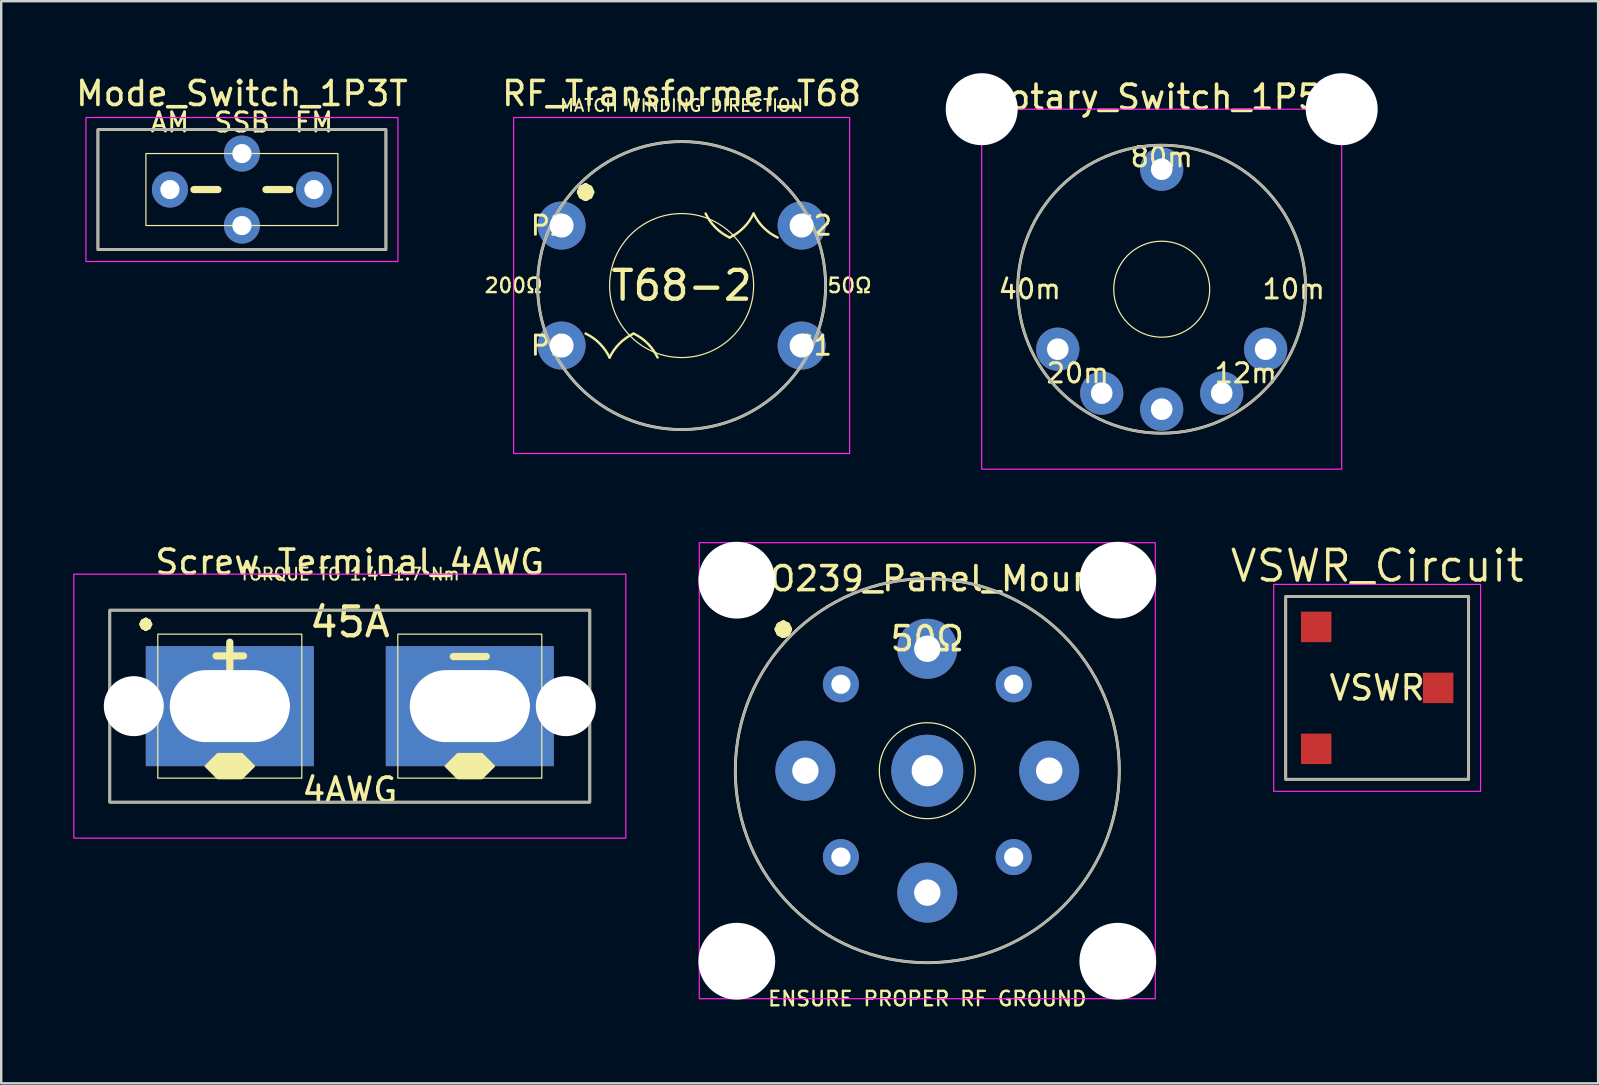
<source format=kicad_pcb>
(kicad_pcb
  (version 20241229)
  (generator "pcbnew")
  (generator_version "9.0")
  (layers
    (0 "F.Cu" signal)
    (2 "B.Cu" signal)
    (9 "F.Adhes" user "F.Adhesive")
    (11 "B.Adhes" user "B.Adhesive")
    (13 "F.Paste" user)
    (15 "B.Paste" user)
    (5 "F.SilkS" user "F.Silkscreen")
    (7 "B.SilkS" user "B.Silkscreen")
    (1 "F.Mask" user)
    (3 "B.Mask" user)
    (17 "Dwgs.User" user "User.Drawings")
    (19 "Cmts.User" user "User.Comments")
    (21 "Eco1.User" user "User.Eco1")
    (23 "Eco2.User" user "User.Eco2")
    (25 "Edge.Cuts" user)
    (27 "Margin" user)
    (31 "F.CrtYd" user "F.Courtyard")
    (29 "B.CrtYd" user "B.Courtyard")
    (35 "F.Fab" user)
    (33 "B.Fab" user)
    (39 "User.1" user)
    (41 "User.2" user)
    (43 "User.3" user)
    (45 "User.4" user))
  (footprint "SO239_Panel_Mount"
    (layer "F.Cu")
    (at 35.587 29.062)
    (property "Reference" "SO239_Panel_Mount" (at 0 -8 0) (layer "F.SilkS") (effects (font (size 1 1) (thickness 0.15))))
    (attr through_hole)
    (fp_circle (center -7.938 -7.938) (end -7.438 -7.938) (stroke (width 0.12) (type solid)) (fill no) (layer "F.SilkS"))
    (fp_circle (center -7.938 7.938) (end -7.438 7.938) (stroke (width 0.12) (type solid)) (fill no) (layer "F.SilkS"))
    (fp_circle (center 0 0) (end 2 0) (stroke (width 0.05) (type solid)) (fill no) (layer "F.SilkS"))
    (fp_circle (center 0 0) (end 8 0) (stroke (width 0.12) (type solid)) (fill no) (layer "F.SilkS"))
    (fp_circle (center 7.938 -7.938) (end 8.438 -7.938) (stroke (width 0.12) (type solid)) (fill no) (layer "F.SilkS"))
    (fp_circle (center 7.938 7.938) (end 8.438 7.938) (stroke (width 0.12) (type solid)) (fill no) (layer "F.SilkS"))
    (fp_rect (start -9.5 -9.5) (end 9.5 9.5) (stroke (width 0.05) (type solid)) (fill no) (layer "F.CrtYd"))
    (fp_circle (center 0 0) (end 8 0) (stroke (width 0.1) (type solid)) (fill no) (layer "F.Fab"))
    (fp_text user "50Ω" (at 0 -5.5 0) (layer "F.SilkS") (effects (font (size 1 1) (thickness 0.15))))
    (fp_text user "•" (at -6 -6 0) (layer "F.SilkS") (effects (font (size 1.5 1.5) (thickness 0.3))))
    (fp_text user "ENSURE PROPER RF GROUND" (at 0 9.5 0) (layer "F.SilkS") (effects (font (size 0.6 0.6) (thickness 0.1))))
    (pad "" np_thru_hole circle (at -7.938 -7.938) (size 3.2 3.2) (drill 3.2) (layers "*.Cu" "*.Mask"))
    (pad "" np_thru_hole circle (at -7.938 7.938) (size 3.2 3.2) (drill 3.2) (layers "*.Cu" "*.Mask"))
    (pad "" np_thru_hole circle (at 7.938 -7.938) (size 3.2 3.2) (drill 3.2) (layers "*.Cu" "*.Mask"))
    (pad "" np_thru_hole circle (at 7.938 7.938) (size 3.2 3.2) (drill 3.2) (layers "*.Cu" "*.Mask"))
    (pad "1" thru_hole circle (at 0 0) (size 3 3) (drill 1.3) (layers "*.Cu" "*.Mask"))
    (pad "2" thru_hole circle (at -5.08 0) (size 2.5 2.5) (drill 1.1) (layers "*.Cu" "*.Mask"))
    (pad "2" thru_hole circle (at -3.6 -3.6) (size 1.5 1.5) (drill 0.8) (layers "*.Cu" "*.Mask"))
    (pad "2" thru_hole circle (at -3.6 3.6) (size 1.5 1.5) (drill 0.8) (layers "*.Cu" "*.Mask"))
    (pad "2" thru_hole circle (at 0 -5.08) (size 2.5 2.5) (drill 1.1) (layers "*.Cu" "*.Mask"))
    (pad "2" thru_hole circle (at 0 5.08) (size 2.5 2.5) (drill 1.1) (layers "*.Cu" "*.Mask"))
    (pad "2" thru_hole circle (at 3.6 -3.6) (size 1.5 1.5) (drill 0.8) (layers "*.Cu" "*.Mask"))
    (pad "2" thru_hole circle (at 3.6 3.6) (size 1.5 1.5) (drill 0.8) (layers "*.Cu" "*.Mask"))
    (pad "2" thru_hole circle (at 5.08 0) (size 2.5 2.5) (drill 1.1) (layers "*.Cu" "*.Mask")))
  (footprint "Rotary_Switch_1P5T"
    (layer "F.Cu")
    (at 45.354 9)
    (property "Reference" "Rotary_Switch_1P5T" (at 0 -8 0) (layer "F.SilkS") (effects (font (size 1 1) (thickness 0.15))))
    (attr through_hole)
    (fp_circle (center -7.5 -7.5) (end -7 -7.5) (stroke (width 0.12) (type solid)) (fill no) (layer "F.SilkS"))
    (fp_circle (center 0 0) (end 2 0) (stroke (width 0.05) (type solid)) (fill no) (layer "F.SilkS"))
    (fp_circle (center 0 0) (end 6 0) (stroke (width 0.12) (type solid)) (fill no) (layer "F.SilkS"))
    (fp_circle (center 7.5 -7.5) (end 8 -7.5) (stroke (width 0.12) (type solid)) (fill no) (layer "F.SilkS"))
    (fp_rect (start -7.5 -7.5) (end 7.5 7.5) (stroke (width 0.05) (type solid)) (fill no) (layer "F.CrtYd"))
    (fp_circle (center 0 0) (end 6 0) (stroke (width 0.1) (type solid)) (fill no) (layer "F.Fab"))
    (fp_text user "80m" (at 0 -5.5 0) (layer "F.SilkS") (effects (font (size 0.8 0.8) (thickness 0.12))))
    (fp_text user "12m" (at 3.5 3.5 0) (layer "F.SilkS") (effects (font (size 0.8 0.8) (thickness 0.12))))
    (fp_text user "20m" (at -3.5 3.5 0) (layer "F.SilkS") (effects (font (size 0.8 0.8) (thickness 0.12))))
    (fp_text user "40m" (at -5.5 0 0) (layer "F.SilkS") (effects (font (size 0.8 0.8) (thickness 0.12))))
    (fp_text user "10m" (at 5.5 0 0) (layer "F.SilkS") (effects (font (size 0.8 0.8) (thickness 0.12))))
    (pad "" np_thru_hole circle (at -7.5 -7.5) (size 3 3) (drill 3) (layers "*.Cu" "*.Mask"))
    (pad "" np_thru_hole circle (at 7.5 -7.5) (size 3 3) (drill 3) (layers "*.Cu" "*.Mask"))
    (pad "1" thru_hole circle (at 0 -5) (size 1.8 1.8) (drill 0.9) (layers "*.Cu" "*.Mask"))
    (pad "2" thru_hole circle (at 4.33 2.5) (size 1.8 1.8) (drill 0.9) (layers "*.Cu" "*.Mask"))
    (pad "3" thru_hole circle (at 2.5 4.33) (size 1.8 1.8) (drill 0.9) (layers "*.Cu" "*.Mask"))
    (pad "4" thru_hole circle (at -2.5 4.33) (size 1.8 1.8) (drill 0.9) (layers "*.Cu" "*.Mask"))
    (pad "5" thru_hole circle (at -4.33 2.5) (size 1.8 1.8) (drill 0.9) (layers "*.Cu" "*.Mask"))
    (pad "6" thru_hole circle (at 0 5) (size 1.8 1.8) (drill 0.9) (layers "*.Cu" "*.Mask")))
  (footprint "RF_Transformer_T68"
    (layer "F.Cu")
    (at 25.35 8.848)
    (property "Reference" "RF_Transformer_T68" (at 0 -8 0) (layer "F.SilkS") (effects (font (size 1 1) (thickness 0.15))))
    (attr through_hole)
    (fp_arc (start -4 2) (mid -3.414 2.414) (end -3 3) (stroke (width 0.1) (type solid)) (layer "F.SilkS"))
    (fp_arc (start -3 3) (mid -2.586 2.414) (end -2 2) (stroke (width 0.1) (type solid)) (layer "F.SilkS"))
    (fp_arc (start -2 2) (mid -1.414 2.414) (end -1 3) (stroke (width 0.1) (type solid)) (layer "F.SilkS"))
    (fp_arc (start 2 -2) (mid 1.414 -2.414) (end 1 -3) (stroke (width 0.1) (type solid)) (layer "F.SilkS"))
    (fp_arc (start 3 -3) (mid 2.586 -2.414) (end 2 -2) (stroke (width 0.1) (type solid)) (layer "F.SilkS"))
    (fp_arc (start 4 -2) (mid 3.414001 -2.414001) (end 3 -3) (stroke (width 0.1) (type solid)) (layer "F.SilkS"))
    (fp_circle (center 0 0) (end 3 0) (stroke (width 0.05) (type solid)) (fill no) (layer "F.SilkS"))
    (fp_circle (center 0 0) (end 6 0) (stroke (width 0.12) (type solid)) (fill no) (layer "F.SilkS"))
    (fp_rect (start -7 -7) (end 7 7) (stroke (width 0.05) (type solid)) (fill no) (layer "F.CrtYd"))
    (fp_circle (center 0 0) (end 6 0) (stroke (width 0.1) (type solid)) (fill no) (layer "F.Fab"))
    (fp_text user "50Ω" (at 7 0 0) (layer "F.SilkS") (effects (font (size 0.6 0.6) (thickness 0.1))))
    (fp_text user "•" (at -4 -4 0) (layer "F.SilkS") (effects (font (size 1.5 1.5) (thickness 0.3))))
    (fp_text user "P1" (at -5.5 2.5 0) (layer "F.SilkS") (effects (font (size 0.8 0.8) (thickness 0.12))))
    (fp_text user "MATCH WINDING DIRECTION" (at 0 -7.5 0) (layer "F.SilkS") (effects (font (size 0.5 0.5) (thickness 0.08))))
    (fp_text user "200Ω" (at -7 0 0) (layer "F.SilkS") (effects (font (size 0.6 0.6) (thickness 0.1))))
    (fp_text user "S1" (at 5.5 2.5 0) (layer "F.SilkS") (effects (font (size 0.8 0.8) (thickness 0.12))))
    (fp_text user "P2" (at -5.5 -2.5 0) (layer "F.SilkS") (effects (font (size 0.8 0.8) (thickness 0.12))))
    (fp_text user "T68-2" (at 0 0 0) (layer "F.SilkS") (effects (font (size 1.2 1.2) (thickness 0.18))))
    (fp_text user "S2" (at 5.5 -2.5 0) (layer "F.SilkS") (effects (font (size 0.8 0.8) (thickness 0.12))))
    (pad "1" thru_hole circle (at -5 2.5) (size 2 2) (drill 1) (layers "*.Cu" "*.Mask"))
    (pad "2" thru_hole circle (at -5 -2.5) (size 2 2) (drill 1) (layers "*.Cu" "*.Mask"))
    (pad "3" thru_hole circle (at 5 2.5) (size 2 2) (drill 1) (layers "*.Cu" "*.Mask"))
    (pad "4" thru_hole circle (at 5 -2.5) (size 2 2) (drill 1) (layers "*.Cu" "*.Mask")))
  (footprint "Mode_Switch_1P3T"
    (layer "F.Cu")
    (at 7.03 4.848)
    (property "Reference" "Mode_Switch_1P3T" (at 0 -4 0) (layer "F.SilkS") (effects (font (size 1 1) (thickness 0.15))))
    (attr through_hole)
    (fp_line (start -2 0) (end -1 0) (stroke (width 0.3) (type solid)) (layer "F.SilkS"))
    (fp_line (start 1 0) (end 2 0) (stroke (width 0.3) (type solid)) (layer "F.SilkS"))
    (fp_rect (start -6 -2.5) (end 6 2.5) (stroke (width 0.12) (type solid)) (fill no) (layer "F.SilkS"))
    (fp_rect (start -4 -1.5) (end 4 1.5) (stroke (width 0.05) (type solid)) (fill no) (layer "F.SilkS"))
    (fp_rect (start -6.5 -3) (end 6.5 3) (stroke (width 0.05) (type solid)) (fill no) (layer "F.CrtYd"))
    (fp_rect (start -6 -2.5) (end 6 2.5) (stroke (width 0.1) (type solid)) (fill no) (layer "F.Fab"))
    (fp_text user "SSB" (at 0 -2.8 0) (layer "F.SilkS") (effects (font (size 0.8 0.8) (thickness 0.12))))
    (fp_text user "FM" (at 3 -2.8 0) (layer "F.SilkS") (effects (font (size 0.8 0.8) (thickness 0.12))))
    (fp_text user "AM" (at -3 -2.8 0) (layer "F.SilkS") (effects (font (size 0.8 0.8) (thickness 0.12))))
    (pad "1" thru_hole circle (at 0 -1.5) (size 1.5 1.5) (drill 0.8) (layers "*.Cu" "*.Mask"))
    (pad "2" thru_hole circle (at -3 0) (size 1.5 1.5) (drill 0.8) (layers "*.Cu" "*.Mask"))
    (pad "3" thru_hole circle (at 3 0) (size 1.5 1.5) (drill 0.8) (layers "*.Cu" "*.Mask"))
    (pad "4" thru_hole circle (at 0 1.5) (size 1.5 1.5) (drill 0.8) (layers "*.Cu" "*.Mask")))
  (footprint "VSWR_Circuit"
    (layer "F.Cu")
    (at 54.331 25.611)
    (property "Reference" "VSWR_Circuit" (at 0 -5.08 0) (layer "F.SilkS") (effects (font (size 1.27 1.27) (thickness 0.15))))
    (attr smd)
    (fp_rect (start -3.81 -3.81) (end 3.81 3.81) (stroke (width 0.12) (type solid)) (fill no) (layer "F.SilkS"))
    (fp_rect (start -4.31 -4.31) (end 4.31 4.31) (stroke (width 0.05) (type solid)) (fill no) (layer "F.CrtYd"))
    (fp_rect (start -3.81 -3.81) (end 3.81 3.81) (stroke (width 0.1) (type solid)) (fill no) (layer "F.Fab"))
    (fp_text user "VSWR" (at 0 0 0) (layer "F.SilkS") (effects (font (size 1 1) (thickness 0.15))))
    (pad "1" smd rect (at -2.54 2.54) (size 1.27 1.27) (layers "F.Cu" "F.Mask" "F.Paste"))
    (pad "2" smd rect (at -2.54 -2.54) (size 1.27 1.27) (layers "F.Cu" "F.Mask" "F.Paste"))
    (pad "3" smd rect (at 2.54 0) (size 1.27 1.27) (layers "F.Cu" "F.Mask" "F.Paste")))
  (footprint "Screw_Terminal_4AWG"
    (layer "F.Cu")
    (at 11.525 26.373)
    (property "Reference" "Screw_Terminal_4AWG" (at 0 -6 0) (layer "F.SilkS") (effects (font (size 1 1) (thickness 0.15))))
    (attr through_hole)
    (fp_rect (start -10 -4) (end 10 4) (stroke (width 0.12) (type solid)) (fill no) (layer "F.SilkS"))
    (fp_rect (start -8 -3) (end -2 3) (stroke (width 0.05) (type solid)) (fill no) (layer "F.SilkS"))
    (fp_rect (start 2 -3) (end 8 3) (stroke (width 0.05) (type solid)) (fill no) (layer "F.SilkS"))
    (fp_circle (center -5 0) (end -4.5 0) (stroke (width 0.12) (type solid)) (fill no) (layer "F.SilkS"))
    (fp_circle (center 5 0) (end 5.5 0) (stroke (width 0.12) (type solid)) (fill no) (layer "F.SilkS"))
    (fp_poly (pts (xy -6 2.5) (xy -5.5 3) (xy -4.5 3) (xy -4 2.5) (xy -4.5 2) (xy -5.5 2)) (stroke (width 0.1) (type solid)) (fill yes) (layer "F.SilkS"))
    (fp_poly (pts (xy 4 2.5) (xy 4.5 3) (xy 5.5 3) (xy 6 2.5) (xy 5.5 2) (xy 4.5 2)) (stroke (width 0.1) (type solid)) (fill yes) (layer "F.SilkS"))
    (fp_rect (start -11.5 -5.5) (end 11.5 5.5) (stroke (width 0.05) (type solid)) (fill no) (layer "F.CrtYd"))
    (fp_rect (start -10 -4) (end 10 4) (stroke (width 0.1) (type solid)) (fill no) (layer "F.Fab"))
    (fp_text user "45A" (at 0 -3.5 0) (layer "F.SilkS") (effects (font (size 1.2 1.2) (thickness 0.18))))
    (fp_text user "TORQUE TO 1.4-1.7 Nm" (at 0 -5.5 0) (layer "F.SilkS") (effects (font (size 0.5 0.5) (thickness 0.08))))
    (fp_text user "4AWG" (at 0 3.5 0) (layer "F.SilkS") (effects (font (size 1 1) (thickness 0.15))))
    (fp_text user "+" (at -5 -2.2 0) (layer "F.SilkS") (effects (font (size 1.5 1.5) (thickness 0.3))))
    (fp_text user "•" (at -8.5 -3.5 0) (layer "F.SilkS") (effects (font (size 1.2 1.2) (thickness 0.2))))
    (fp_text user "−" (at 5 -2.2 0) (layer "F.SilkS") (effects (font (size 1.8 1.8) (thickness 0.3))))
    (pad "" np_thru_hole circle (at -9 0) (size 2.5 2.5) (drill 2.5) (layers "*.Cu" "*.Mask"))
    (pad "" np_thru_hole circle (at 9 0) (size 2.5 2.5) (drill 2.5) (layers "*.Cu" "*.Mask"))
    (pad "1" thru_hole circle (at -7 0) (size 2 2) (drill 1) (layers "*.Cu" "*.Mask"))
    (pad "1" thru_hole rect (at -5 0) (size 7 5) (drill oval 5 3) (layers "*.Cu" "*.Mask"))
    (pad "1" thru_hole circle (at -3 0) (size 2 2) (drill 1) (layers "*.Cu" "*.Mask"))
    (pad "2" thru_hole circle (at 3 0) (size 2 2) (drill 1) (layers "*.Cu" "*.Mask"))
    (pad "2" thru_hole rect (at 5 0) (size 7 5) (drill oval 5 3) (layers "*.Cu" "*.Mask"))
    (pad "2" thru_hole circle (at 7 0) (size 2 2) (drill 1) (layers "*.Cu" "*.Mask")))
  (gr_rect
    (start -3 -3)
    (end 63.537 42.089)
    (stroke (width 0.1) (type default))
    (fill no)
    (layer "Edge.Cuts")))
</source>
